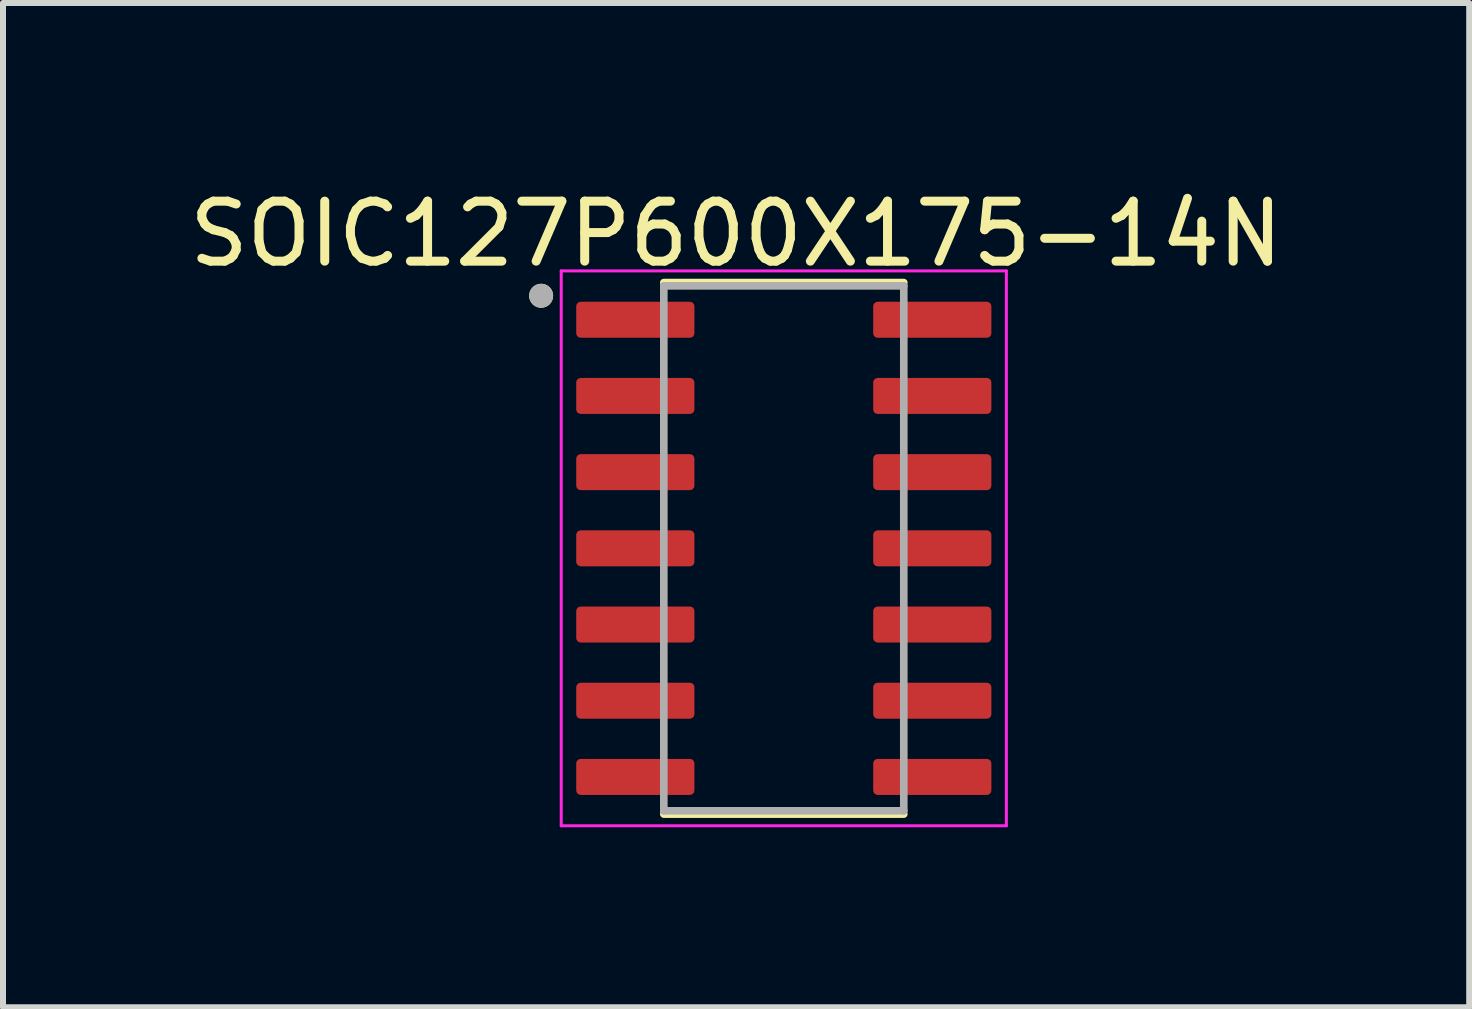
<source format=kicad_pcb>
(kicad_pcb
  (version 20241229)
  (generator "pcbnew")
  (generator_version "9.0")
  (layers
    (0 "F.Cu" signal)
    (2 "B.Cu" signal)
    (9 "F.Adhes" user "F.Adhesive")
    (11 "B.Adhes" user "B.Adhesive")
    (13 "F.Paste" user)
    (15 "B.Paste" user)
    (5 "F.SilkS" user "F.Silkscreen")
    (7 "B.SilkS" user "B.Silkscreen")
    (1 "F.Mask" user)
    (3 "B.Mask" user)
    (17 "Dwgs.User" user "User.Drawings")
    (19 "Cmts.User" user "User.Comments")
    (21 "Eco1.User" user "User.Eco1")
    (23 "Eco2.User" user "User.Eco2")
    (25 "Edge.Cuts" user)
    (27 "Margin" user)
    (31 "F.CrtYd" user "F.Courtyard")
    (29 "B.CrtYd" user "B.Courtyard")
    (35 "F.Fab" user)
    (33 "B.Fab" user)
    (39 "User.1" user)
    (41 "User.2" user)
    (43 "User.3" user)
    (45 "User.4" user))
  (footprint "SOIC127P600X175-14N"
    (layer "F.Cu")
    (at 10.015 6.09)
    (property "Reference" "SOIC127P600X175-14N" (at -0.795 -5.242 0) (layer "F.SilkS") (effects (font (size 1 1) (thickness 0.15))))
    (attr smd)
    (fp_line (start -2 -4.43) (end 2 -4.43) (stroke (width 0.127) (type solid)) (layer "F.SilkS"))
    (fp_line (start -2 4.43) (end 2 4.43) (stroke (width 0.127) (type solid)) (layer "F.SilkS"))
    (fp_circle (center -4.045 -4.21) (end -3.945 -4.21) (stroke (width 0.2) (type solid)) (fill no) (layer "F.SilkS"))
    (fp_line (start -3.71 -4.625) (end -3.71 4.625) (stroke (width 0.05) (type solid)) (layer "F.CrtYd"))
    (fp_line (start -3.71 -4.625) (end 3.71 -4.625) (stroke (width 0.05) (type solid)) (layer "F.CrtYd"))
    (fp_line (start -3.71 4.625) (end 3.71 4.625) (stroke (width 0.05) (type solid)) (layer "F.CrtYd"))
    (fp_line (start 3.71 -4.625) (end 3.71 4.625) (stroke (width 0.05) (type solid)) (layer "F.CrtYd"))
    (fp_line (start -2 -4.375) (end -2 4.375) (stroke (width 0.127) (type solid)) (layer "F.Fab"))
    (fp_line (start -2 -4.375) (end 2 -4.375) (stroke (width 0.127) (type solid)) (layer "F.Fab"))
    (fp_line (start -2 4.375) (end 2 4.375) (stroke (width 0.127) (type solid)) (layer "F.Fab"))
    (fp_line (start 2 -4.375) (end 2 4.375) (stroke (width 0.127) (type solid)) (layer "F.Fab"))
    (fp_circle (center -4.045 -4.21) (end -3.945 -4.21) (stroke (width 0.2) (type solid)) (fill no) (layer "F.Fab"))
    (pad "1" smd roundrect (at -2.475 -3.81) (size 1.97 0.6) (layers "F.Cu" "F.Mask" "F.Paste") (roundrect_rratio 0.125))
    (pad "2" smd roundrect (at -2.475 -2.54) (size 1.97 0.6) (layers "F.Cu" "F.Mask" "F.Paste") (roundrect_rratio 0.125))
    (pad "3" smd roundrect (at -2.475 -1.27) (size 1.97 0.6) (layers "F.Cu" "F.Mask" "F.Paste") (roundrect_rratio 0.125))
    (pad "4" smd roundrect (at -2.475 0) (size 1.97 0.6) (layers "F.Cu" "F.Mask" "F.Paste") (roundrect_rratio 0.125))
    (pad "5" smd roundrect (at -2.475 1.27) (size 1.97 0.6) (layers "F.Cu" "F.Mask" "F.Paste") (roundrect_rratio 0.125))
    (pad "6" smd roundrect (at -2.475 2.54) (size 1.97 0.6) (layers "F.Cu" "F.Mask" "F.Paste") (roundrect_rratio 0.125))
    (pad "7" smd roundrect (at -2.475 3.81) (size 1.97 0.6) (layers "F.Cu" "F.Mask" "F.Paste") (roundrect_rratio 0.125))
    (pad "8" smd roundrect (at 2.475 3.81) (size 1.97 0.6) (layers "F.Cu" "F.Mask" "F.Paste") (roundrect_rratio 0.125))
    (pad "9" smd roundrect (at 2.475 2.54) (size 1.97 0.6) (layers "F.Cu" "F.Mask" "F.Paste") (roundrect_rratio 0.125))
    (pad "10" smd roundrect (at 2.475 1.27) (size 1.97 0.6) (layers "F.Cu" "F.Mask" "F.Paste") (roundrect_rratio 0.125))
    (pad "11" smd roundrect (at 2.475 0) (size 1.97 0.6) (layers "F.Cu" "F.Mask" "F.Paste") (roundrect_rratio 0.125))
    (pad "12" smd roundrect (at 2.475 -1.27) (size 1.97 0.6) (layers "F.Cu" "F.Mask" "F.Paste") (roundrect_rratio 0.125))
    (pad "13" smd roundrect (at 2.475 -2.54) (size 1.97 0.6) (layers "F.Cu" "F.Mask" "F.Paste") (roundrect_rratio 0.125))
    (pad "14" smd roundrect (at 2.475 -3.81) (size 1.97 0.6) (layers "F.Cu" "F.Mask" "F.Paste") (roundrect_rratio 0.125)))
  (gr_rect
    (start -3 -3)
    (end 21.44 13.74)
    (stroke (width 0.1) (type default))
    (fill no)
    (layer "Edge.Cuts")))
</source>
